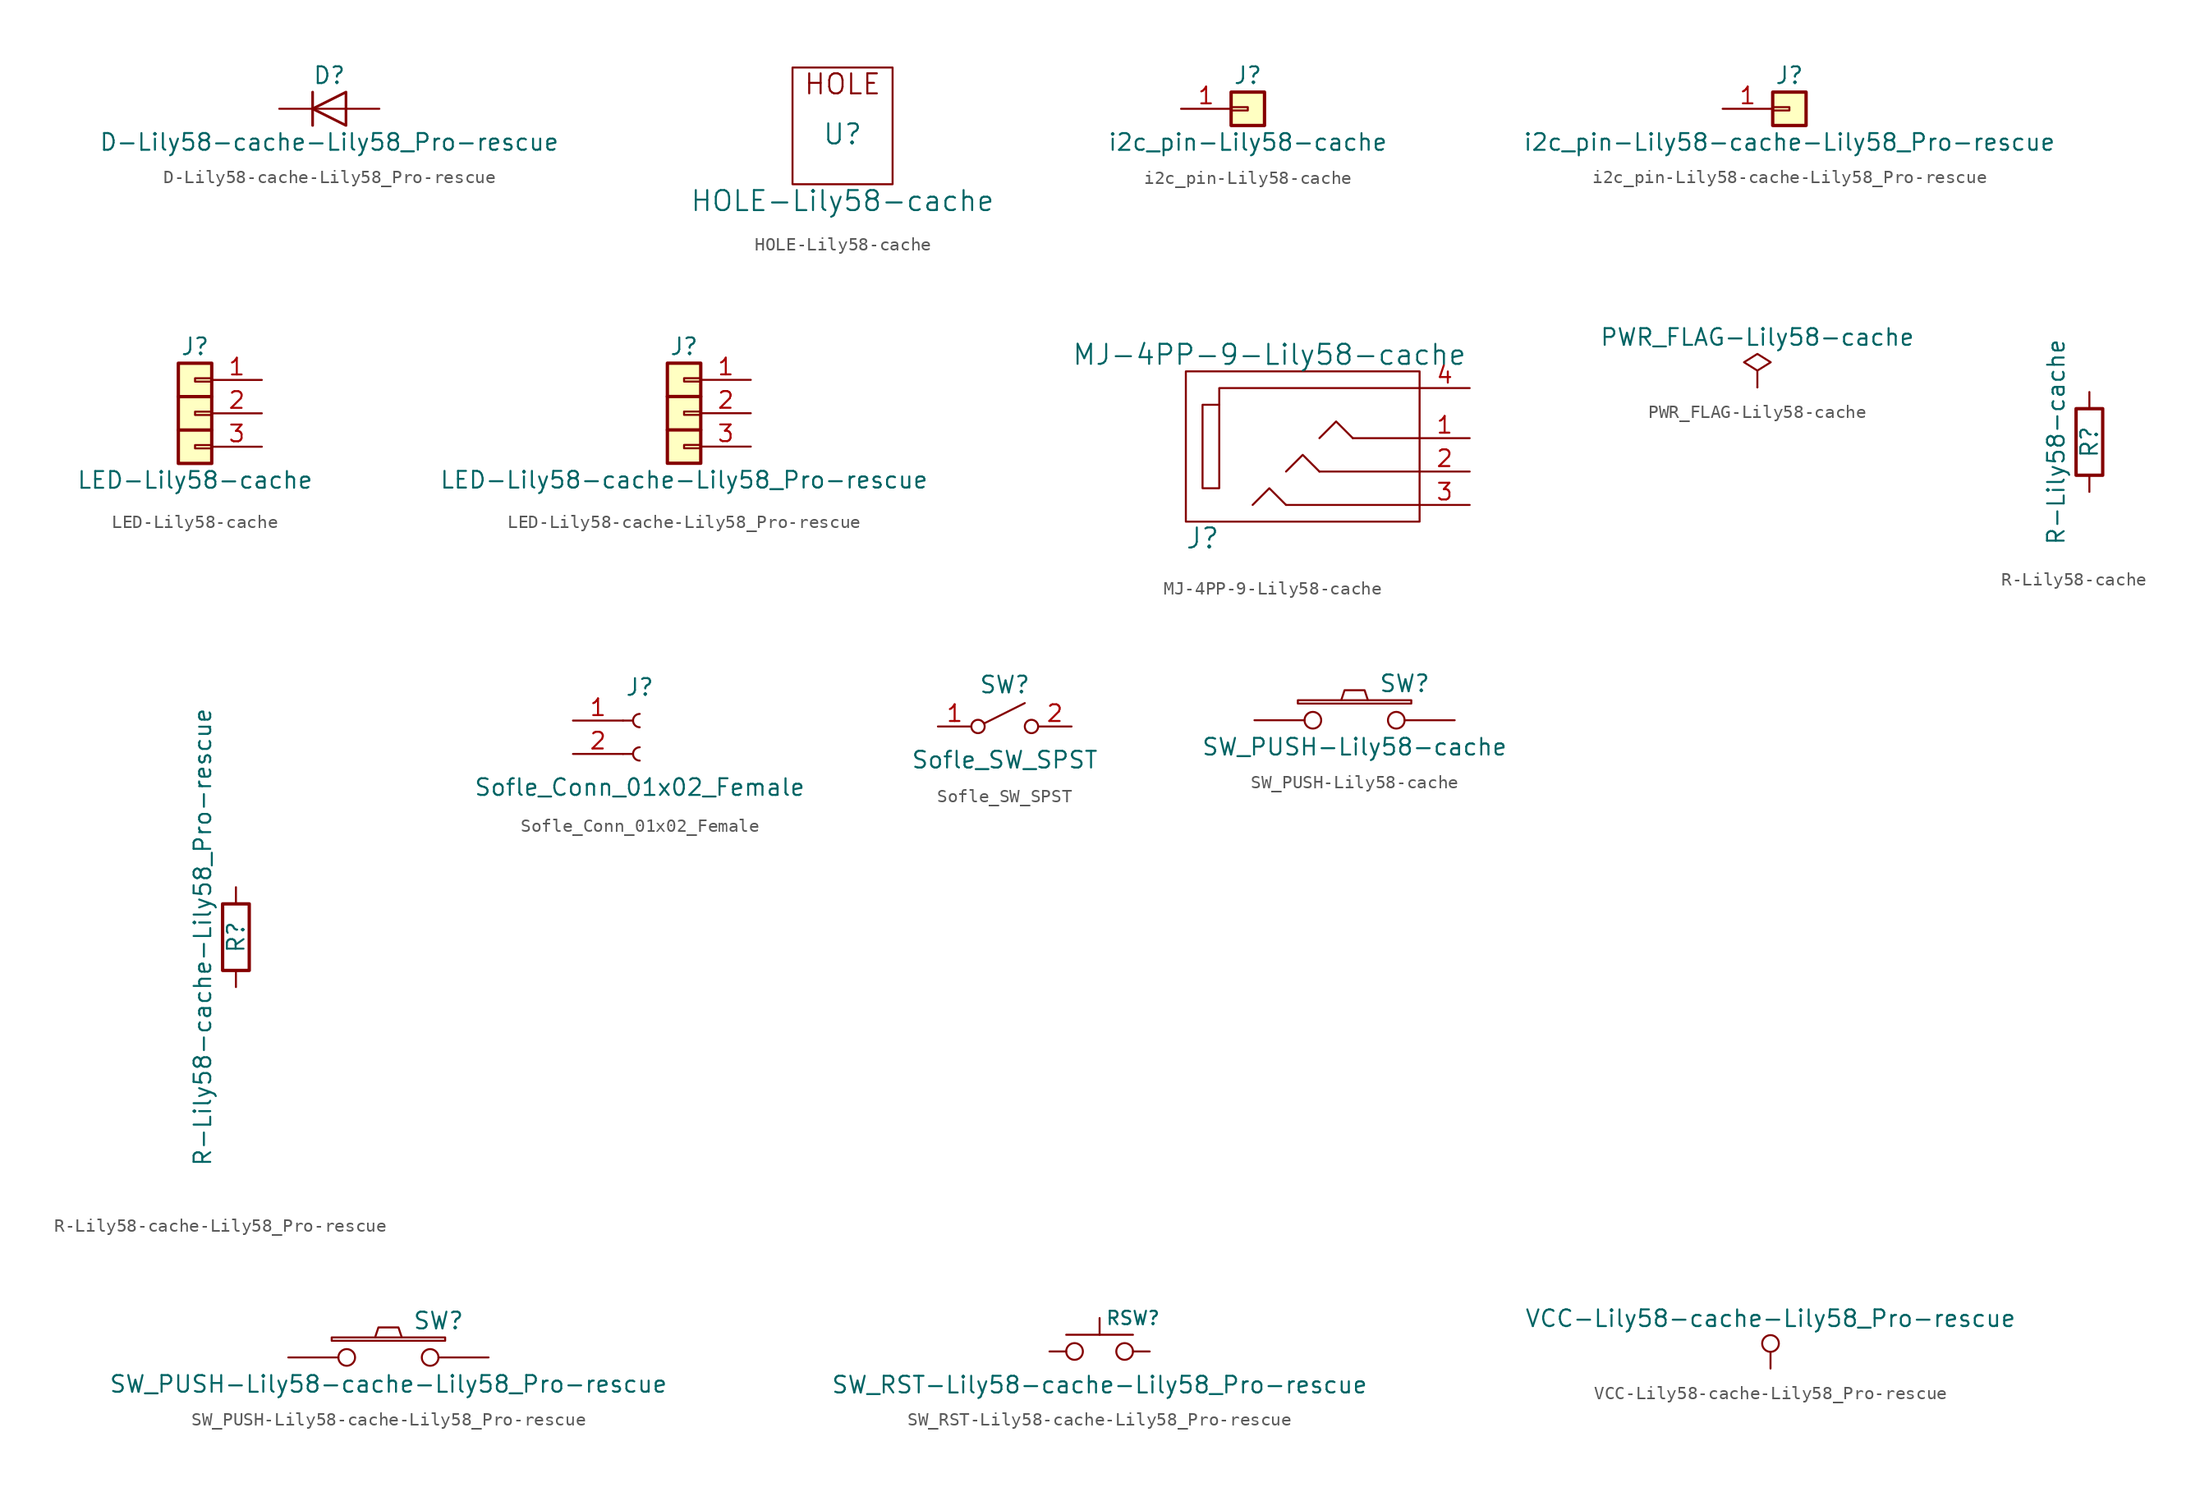
<source format=kicad_sym>
(kicad_symbol_lib
  (version 20241209)
  (generator "kicad_symbol_editor")
  (generator_version "9.0")
  (symbol "D-Lily58-cache-Lily58_Pro-rescue"
    (pin_numbers
      (hide yes))
    (pin_names
      (offset 1.016)
      (hide yes))
    (property "Reference" "D"
      (at 0 2.54 0)
      (effects (font (size 1.27 1.27))))
    (property "Value" "D-Lily58-cache-Lily58_Pro-rescue"
      (at 0 -2.54 0)
      (effects (font (size 1.27 1.27))))
    (symbol "D-Lily58-cache-Lily58_Pro-rescue_0_1"
      (polyline (pts (xy -1.27 1.27) (xy -1.27 -1.27)) (stroke (width 0.203) (type solid)) (fill (type none)))
      (polyline (pts (xy 1.27 1.27) (xy 1.27 -1.27) (xy -1.27 0) (xy 1.27 1.27)) (stroke (width 0.203) (type solid)) (fill (type none)))
      (polyline (pts (xy 1.27 0) (xy -1.27 0)) (stroke (width 0) (type solid)) (fill (type none))))
    (symbol "D-Lily58-cache-Lily58_Pro-rescue_1_1"
      (pin passive line (at -3.81 0 0) (length 2.54) (name "K" (effects (font (size 1.27 1.27)))) (number "1" (effects (font (size 1.27 1.27)))))
      (pin passive line (at 3.81 0 180) (length 2.54) (name "A" (effects (font (size 1.27 1.27)))) (number "2" (effects (font (size 1.27 1.27)))))))
  (symbol "HOLE-Lily58-cache"
    (pin_names
      (offset 1.016))
    (property "Reference" "U"
      (at 0 0 0)
      (effects (font (size 1.524 1.524))))
    (property "Value" "HOLE-Lily58-cache"
      (at 0 -5.08 0)
      (effects (font (size 1.524 1.524))))
    (property "Footprint" ""
      (at 0 0 0)
      (effects (font (size 1.524 1.524))))
    (property "Datasheet" ""
      (at 0 0 0)
      (effects (font (size 1.524 1.524))))
    (symbol "HOLE-Lily58-cache_0_0"
      (text "HOLE" (at 0 3.81 0) (effects (font (size 1.524 1.524)))))
    (symbol "HOLE-Lily58-cache_0_1"
      (rectangle (start 3.81 5.08) (end -3.81 -3.81) (stroke (width 0) (type solid)) (fill (type none)))))
  (symbol "i2c_pin-Lily58-cache"
    (pin_names
      (offset 1.016)
      (hide yes))
    (property "Reference" "J"
      (at 0 2.54 0)
      (effects (font (size 1.27 1.27))))
    (property "Value" "i2c_pin-Lily58-cache"
      (at 0 -2.54 0)
      (effects (font (size 1.27 1.27))))
    (symbol "i2c_pin-Lily58-cache_1_1"
      (rectangle (start -1.27 1.27) (end 1.27 -1.27) (stroke (width 0.254) (type solid)) (fill (type background)))
      (rectangle (start -1.27 0.127) (end 0 -0.127) (stroke (width 0.152) (type solid)) (fill (type none)))
      (pin passive line (at -5.08 0 0) (length 3.81) (name "Pin_1" (effects (font (size 1.27 1.27)))) (number "1" (effects (font (size 1.27 1.27)))))))
  (symbol "i2c_pin-Lily58-cache-Lily58_Pro-rescue"
    (pin_names
      (offset 1.016)
      (hide yes))
    (property "Reference" "J"
      (at 0 2.54 0)
      (effects (font (size 1.27 1.27))))
    (property "Value" "i2c_pin-Lily58-cache-Lily58_Pro-rescue"
      (at 0 -2.54 0)
      (effects (font (size 1.27 1.27))))
    (symbol "i2c_pin-Lily58-cache-Lily58_Pro-rescue_1_1"
      (rectangle (start -1.27 1.27) (end 1.27 -1.27) (stroke (width 0.254) (type solid)) (fill (type background)))
      (rectangle (start -1.27 0.127) (end 0 -0.127) (stroke (width 0.152) (type solid)) (fill (type none)))
      (pin passive line (at -5.08 0 0) (length 3.81) (name "Pin_1" (effects (font (size 1.27 1.27)))) (number "1" (effects (font (size 1.27 1.27)))))))
  (symbol "LED-Lily58-cache"
    (pin_names
      (offset 1.016)
      (hide yes))
    (property "Reference" "J"
      (at 0 5.08 0)
      (effects (font (size 1.27 1.27))))
    (property "Value" "LED-Lily58-cache"
      (at 0 -5.08 0)
      (effects (font (size 1.27 1.27))))
    (symbol "LED-Lily58-cache_1_1"
      (rectangle (start -1.27 3.81) (end 1.27 -3.81) (stroke (width 0.254) (type solid)) (fill (type background)))
      (polyline (pts (xy -1.27 1.27) (xy 1.27 1.27)) (stroke (width 0.254) (type solid)) (fill (type none)))
      (polyline (pts (xy -1.27 -1.27) (xy 1.27 -1.27)) (stroke (width 0.254) (type solid)) (fill (type none)))
      (rectangle (start 0 2.667) (end 1.27 2.413) (stroke (width 0.152) (type solid)) (fill (type none)))
      (rectangle (start 0 0.127) (end 1.27 -0.127) (stroke (width 0.152) (type solid)) (fill (type none)))
      (rectangle (start 0 -2.413) (end 1.27 -2.667) (stroke (width 0.152) (type solid)) (fill (type none)))
      (pin passive line (at 5.08 2.54 180) (length 3.81) (name "Pin_1" (effects (font (size 1.27 1.27)))) (number "1" (effects (font (size 1.27 1.27)))))
      (pin passive line (at 5.08 0 180) (length 3.81) (name "Pin_2" (effects (font (size 1.27 1.27)))) (number "2" (effects (font (size 1.27 1.27)))))
      (pin passive line (at 5.08 -2.54 180) (length 3.81) (name "Pin_3" (effects (font (size 1.27 1.27)))) (number "3" (effects (font (size 1.27 1.27)))))))
  (symbol "LED-Lily58-cache-Lily58_Pro-rescue"
    (pin_names
      (offset 1.016)
      (hide yes))
    (property "Reference" "J"
      (at 0 5.08 0)
      (effects (font (size 1.27 1.27))))
    (property "Value" "LED-Lily58-cache-Lily58_Pro-rescue"
      (at 0 -5.08 0)
      (effects (font (size 1.27 1.27))))
    (symbol "LED-Lily58-cache-Lily58_Pro-rescue_1_1"
      (rectangle (start -1.27 3.81) (end 1.27 -3.81) (stroke (width 0.254) (type solid)) (fill (type background)))
      (polyline (pts (xy -1.27 1.27) (xy 1.27 1.27)) (stroke (width 0.254) (type solid)) (fill (type none)))
      (polyline (pts (xy -1.27 -1.27) (xy 1.27 -1.27)) (stroke (width 0.254) (type solid)) (fill (type none)))
      (rectangle (start 0 2.667) (end 1.27 2.413) (stroke (width 0.152) (type solid)) (fill (type none)))
      (rectangle (start 0 0.127) (end 1.27 -0.127) (stroke (width 0.152) (type solid)) (fill (type none)))
      (rectangle (start 0 -2.413) (end 1.27 -2.667) (stroke (width 0.152) (type solid)) (fill (type none)))
      (pin passive line (at 5.08 2.54 180) (length 3.81) (name "Pin_1" (effects (font (size 1.27 1.27)))) (number "1" (effects (font (size 1.27 1.27)))))
      (pin passive line (at 5.08 0 180) (length 3.81) (name "Pin_2" (effects (font (size 1.27 1.27)))) (number "2" (effects (font (size 1.27 1.27)))))
      (pin passive line (at 5.08 -2.54 180) (length 3.81) (name "Pin_3" (effects (font (size 1.27 1.27)))) (number "3" (effects (font (size 1.27 1.27)))))))
  (symbol "MJ-4PP-9-Lily58-cache"
    (pin_names
      (offset 1.016))
    (property "Reference" "J"
      (at -8.89 -7.62 0)
      (effects (font (size 1.524 1.524))))
    (property "Value" "MJ-4PP-9-Lily58-cache"
      (at -3.81 6.35 0)
      (effects (font (size 1.524 1.524))))
    (property "Footprint" ""
      (at 0 0 0)
      (effects (font (size 1.524 1.524))))
    (property "Datasheet" ""
      (at 0 0 0)
      (effects (font (size 1.524 1.524))))
    (symbol "MJ-4PP-9-Lily58-cache_0_1"
      (rectangle (start -7.62 2.54) (end -8.89 -3.81) (stroke (width 0) (type solid)) (fill (type none)))
      (polyline (pts (xy -2.54 -5.08) (xy 7.62 -5.08) (xy 7.62 -5.08)) (stroke (width 0) (type solid)) (fill (type none)))
      (polyline (pts (xy -2.54 -5.08) (xy -3.81 -3.81) (xy -5.08 -5.08) (xy -5.08 -5.08)) (stroke (width 0) (type solid)) (fill (type none)))
      (polyline (pts (xy 0 0) (xy 1.27 1.27) (xy 2.54 0)) (stroke (width 0) (type solid)) (fill (type none)))
      (polyline (pts (xy 0 -2.54) (xy -1.27 -1.27) (xy -2.54 -2.54)) (stroke (width 0) (type solid)) (fill (type none)))
      (polyline (pts (xy 0 -2.54) (xy 7.62 -2.54) (xy 7.62 -2.54) (xy 7.62 -2.54)) (stroke (width 0) (type solid)) (fill (type none)))
      (polyline (pts (xy 2.54 0) (xy 7.62 0)) (stroke (width 0) (type solid)) (fill (type none)))
      (polyline (pts (xy 7.62 3.81) (xy -7.62 3.81) (xy -7.62 2.54)) (stroke (width 0) (type solid)) (fill (type none)))
      (rectangle (start 7.62 -6.35) (end -10.16 5.08) (stroke (width 0) (type solid)) (fill (type none))))
    (symbol "MJ-4PP-9-Lily58-cache_1_1"
      (pin passive line (at 11.43 3.81 180) (length 3.81) (name "~" (effects (font (size 1.27 1.27)))) (number "4" (effects (font (size 1.27 1.27)))))
      (pin passive line (at 11.43 0 180) (length 3.81) (name "~" (effects (font (size 1.27 1.27)))) (number "1" (effects (font (size 1.27 1.27)))))
      (pin passive line (at 11.43 -2.54 180) (length 3.81) (name "~" (effects (font (size 1.27 1.27)))) (number "2" (effects (font (size 1.27 1.27)))))
      (pin passive line (at 11.43 -5.08 180) (length 3.81) (name "~" (effects (font (size 1.27 1.27)))) (number "3" (effects (font (size 1.27 1.27)))))))
  (symbol "PWR_FLAG-Lily58-cache"
    (power)
    (pin_numbers
      (hide yes))
    (pin_names
      (offset 0)
      (hide yes))
    (property "Reference" "#FLG"
      (at 0 0 0)
      (effects (font (size 1.27 1.27)) (hide yes)))
    (property "Value" "PWR_FLAG-Lily58-cache"
      (at 0 3.81 0)
      (effects (font (size 1.27 1.27))))
    (symbol "PWR_FLAG-Lily58-cache_0_0"
      (pin power_out line (at 0 0 90) (length 0) (name "pwr" (effects (font (size 1.27 1.27)))) (number "1" (effects (font (size 1.27 1.27))))))
    (symbol "PWR_FLAG-Lily58-cache_0_1"
      (polyline (pts (xy 0 0) (xy 0 1.27) (xy -1.016 1.905) (xy 0 2.54) (xy 1.016 1.905) (xy 0 1.27)) (stroke (width 0) (type solid)) (fill (type none)))))
  (symbol "R-Lily58-cache"
    (pin_numbers
      (hide yes))
    (pin_names
      (offset 0))
    (property "Reference" "R"
      (at 0 0 90)
      (effects (font (size 1.27 1.27))))
    (property "Value" "R-Lily58-cache"
      (at -2.54 0 90)
      (effects (font (size 1.27 1.27))))
    (symbol "R-Lily58-cache_0_1"
      (rectangle (start -1.016 -2.54) (end 1.016 2.54) (stroke (width 0.254) (type solid)) (fill (type none))))
    (symbol "R-Lily58-cache_1_1"
      (pin passive line (at 0 3.81 270) (length 1.27) (name "~" (effects (font (size 1.27 1.27)))) (number "1" (effects (font (size 1.27 1.27)))))
      (pin passive line (at 0 -3.81 90) (length 1.27) (name "~" (effects (font (size 1.27 1.27)))) (number "2" (effects (font (size 1.27 1.27)))))))
  (symbol "R-Lily58-cache-Lily58_Pro-rescue"
    (pin_numbers
      (hide yes))
    (pin_names
      (offset 0))
    (property "Reference" "R"
      (at 0 0 90)
      (effects (font (size 1.27 1.27))))
    (property "Value" "R-Lily58-cache-Lily58_Pro-rescue"
      (at -2.54 0 90)
      (effects (font (size 1.27 1.27))))
    (symbol "R-Lily58-cache-Lily58_Pro-rescue_0_1"
      (rectangle (start -1.016 -2.54) (end 1.016 2.54) (stroke (width 0.254) (type solid)) (fill (type none))))
    (symbol "R-Lily58-cache-Lily58_Pro-rescue_1_1"
      (pin passive line (at 0 3.81 270) (length 1.27) (name "~" (effects (font (size 1.27 1.27)))) (number "1" (effects (font (size 1.27 1.27)))))
      (pin passive line (at 0 -3.81 90) (length 1.27) (name "~" (effects (font (size 1.27 1.27)))) (number "2" (effects (font (size 1.27 1.27)))))))
  (symbol "Sofle_Conn_01x02_Female"
    (pin_names
      (offset 1.016)
      (hide yes))
    (property "Reference" "J"
      (at 0 2.54 0)
      (effects (font (size 1.27 1.27))))
    (property "Value" "Sofle_Conn_01x02_Female"
      (at 0 -5.08 0)
      (effects (font (size 1.27 1.27))))
    (symbol "Sofle_Conn_01x02_Female_1_1"
      (polyline (pts (xy -1.27 0) (xy -0.508 0)) (stroke (width 0.152) (type solid)) (fill (type none)))
      (polyline (pts (xy -1.27 -2.54) (xy -0.508 -2.54)) (stroke (width 0.152) (type solid)) (fill (type none)))
      (arc (start 0 -0.508) (mid -0.508 0) (end 0 0.508) (stroke (width 0.1524) (type solid)) (fill (type none)))
      (arc (start 0 -3.048) (mid -0.508 -2.54) (end 0 -2.032) (stroke (width 0.1524) (type solid)) (fill (type none)))
      (pin passive line (at -5.08 0 0) (length 3.81) (name "Pin_1" (effects (font (size 1.27 1.27)))) (number "1" (effects (font (size 1.27 1.27)))))
      (pin passive line (at -5.08 -2.54 0) (length 3.81) (name "Pin_2" (effects (font (size 1.27 1.27)))) (number "2" (effects (font (size 1.27 1.27)))))))
  (symbol "Sofle_SW_SPST"
    (pin_names
      (offset 0)
      (hide yes))
    (property "Reference" "SW"
      (at 0 3.175 0)
      (effects (font (size 1.27 1.27))))
    (property "Value" "Sofle_SW_SPST"
      (at 0 -2.54 0)
      (effects (font (size 1.27 1.27))))
    (symbol "Sofle_SW_SPST_0_0"
      (circle (center -2.032 0) (radius 0.508) (stroke (width 0) (type solid)) (fill (type none)))
      (polyline (pts (xy -1.524 0.254) (xy 1.524 1.778)) (stroke (width 0) (type solid)) (fill (type none)))
      (circle (center 2.032 0) (radius 0.508) (stroke (width 0) (type solid)) (fill (type none))))
    (symbol "Sofle_SW_SPST_1_1"
      (pin passive line (at -5.08 0 0) (length 2.54) (name "A" (effects (font (size 1.27 1.27)))) (number "1" (effects (font (size 1.27 1.27)))))
      (pin passive line (at 5.08 0 180) (length 2.54) (name "B" (effects (font (size 1.27 1.27)))) (number "2" (effects (font (size 1.27 1.27)))))))
  (symbol "SW_PUSH-Lily58-cache"
    (pin_numbers
      (hide yes))
    (pin_names
      (offset 1.016)
      (hide yes))
    (property "Reference" "SW"
      (at 3.81 2.794 0)
      (effects (font (size 1.27 1.27))))
    (property "Value" "SW_PUSH-Lily58-cache"
      (at 0 -2.032 0)
      (effects (font (size 1.27 1.27))))
    (property "Footprint" ""
      (at 0 0 0)
      (effects (font (size 1.27 1.27))))
    (property "Datasheet" ""
      (at 0 0 0)
      (effects (font (size 1.27 1.27))))
    (symbol "SW_PUSH-Lily58-cache_0_1"
      (rectangle (start -4.318 1.27) (end 4.318 1.524) (stroke (width 0) (type solid)) (fill (type none)))
      (polyline (pts (xy -1.016 1.524) (xy -0.762 2.286) (xy 0.762 2.286) (xy 1.016 1.524)) (stroke (width 0) (type solid)) (fill (type none)))
      (pin passive inverted (at -7.62 0 0) (length 5.08) (name "1" (effects (font (size 1.27 1.27)))) (number "1" (effects (font (size 1.27 1.27)))))
      (pin passive inverted (at 7.62 0 180) (length 5.08) (name "2" (effects (font (size 1.27 1.27)))) (number "2" (effects (font (size 1.27 1.27)))))))
  (symbol "SW_PUSH-Lily58-cache-Lily58_Pro-rescue"
    (pin_numbers
      (hide yes))
    (pin_names
      (offset 1.016)
      (hide yes))
    (property "Reference" "SW"
      (at 3.81 2.794 0)
      (effects (font (size 1.27 1.27))))
    (property "Value" "SW_PUSH-Lily58-cache-Lily58_Pro-rescue"
      (at 0 -2.032 0)
      (effects (font (size 1.27 1.27))))
    (property "Footprint" ""
      (at 0 0 0)
      (effects (font (size 1.27 1.27))))
    (property "Datasheet" ""
      (at 0 0 0)
      (effects (font (size 1.27 1.27))))
    (symbol "SW_PUSH-Lily58-cache-Lily58_Pro-rescue_0_1"
      (rectangle (start -4.318 1.27) (end 4.318 1.524) (stroke (width 0) (type solid)) (fill (type none)))
      (polyline (pts (xy -1.016 1.524) (xy -0.762 2.286) (xy 0.762 2.286) (xy 1.016 1.524)) (stroke (width 0) (type solid)) (fill (type none)))
      (pin passive inverted (at -7.62 0 0) (length 5.08) (name "1" (effects (font (size 1.27 1.27)))) (number "1" (effects (font (size 1.27 1.27)))))
      (pin passive inverted (at 7.62 0 180) (length 5.08) (name "2" (effects (font (size 1.27 1.27)))) (number "2" (effects (font (size 1.27 1.27)))))))
  (symbol "SW_RST-Lily58-cache-Lily58_Pro-rescue"
    (pin_numbers
      (hide yes))
    (pin_names
      (offset 1.016)
      (hide yes))
    (property "Reference" "RSW"
      (at 2.54 2.54 0)
      (effects (font (size 1.016 1.016))))
    (property "Value" "SW_RST-Lily58-cache-Lily58_Pro-rescue"
      (at 0 -2.54 0)
      (effects (font (size 1.27 1.27))))
    (symbol "SW_RST-Lily58-cache-Lily58_Pro-rescue_0_1"
      (polyline (pts (xy -2.54 1.27) (xy 2.54 1.27)) (stroke (width 0) (type solid)) (fill (type none)))
      (polyline (pts (xy 0 2.54) (xy 0 1.27)) (stroke (width 0) (type solid)) (fill (type none)))
      (pin passive inverted (at -3.81 0 0) (length 2.54) (name "1" (effects (font (size 1.27 1.27)))) (number "1" (effects (font (size 1.27 1.27)))))
      (pin passive inverted (at 3.81 0 180) (length 2.54) (name "2" (effects (font (size 1.27 1.27)))) (number "2" (effects (font (size 1.27 1.27)))))))
  (symbol "VCC-Lily58-cache-Lily58_Pro-rescue"
    (power)
    (pin_names
      (offset 0))
    (property "Reference" "#PWR"
      (at 0 -3.81 0)
      (effects (font (size 1.27 1.27)) (hide yes)))
    (property "Value" "VCC-Lily58-cache-Lily58_Pro-rescue"
      (at 0 3.81 0)
      (effects (font (size 1.27 1.27))))
    (symbol "VCC-Lily58-cache-Lily58_Pro-rescue_0_1"
      (circle (center 0 1.905) (radius 0.635) (stroke (width 0) (type solid)) (fill (type none)))
      (polyline (pts (xy 0 0) (xy 0 1.27)) (stroke (width 0) (type solid)) (fill (type none))))
    (symbol "VCC-Lily58-cache-Lily58_Pro-rescue_1_1"
      (pin power_in line (at 0 0 90) (length 0) (hide yes) (name "VCC" (effects (font (size 1.27 1.27)))) (number "1" (effects (font (size 1.27 1.27))))))))
</source>
